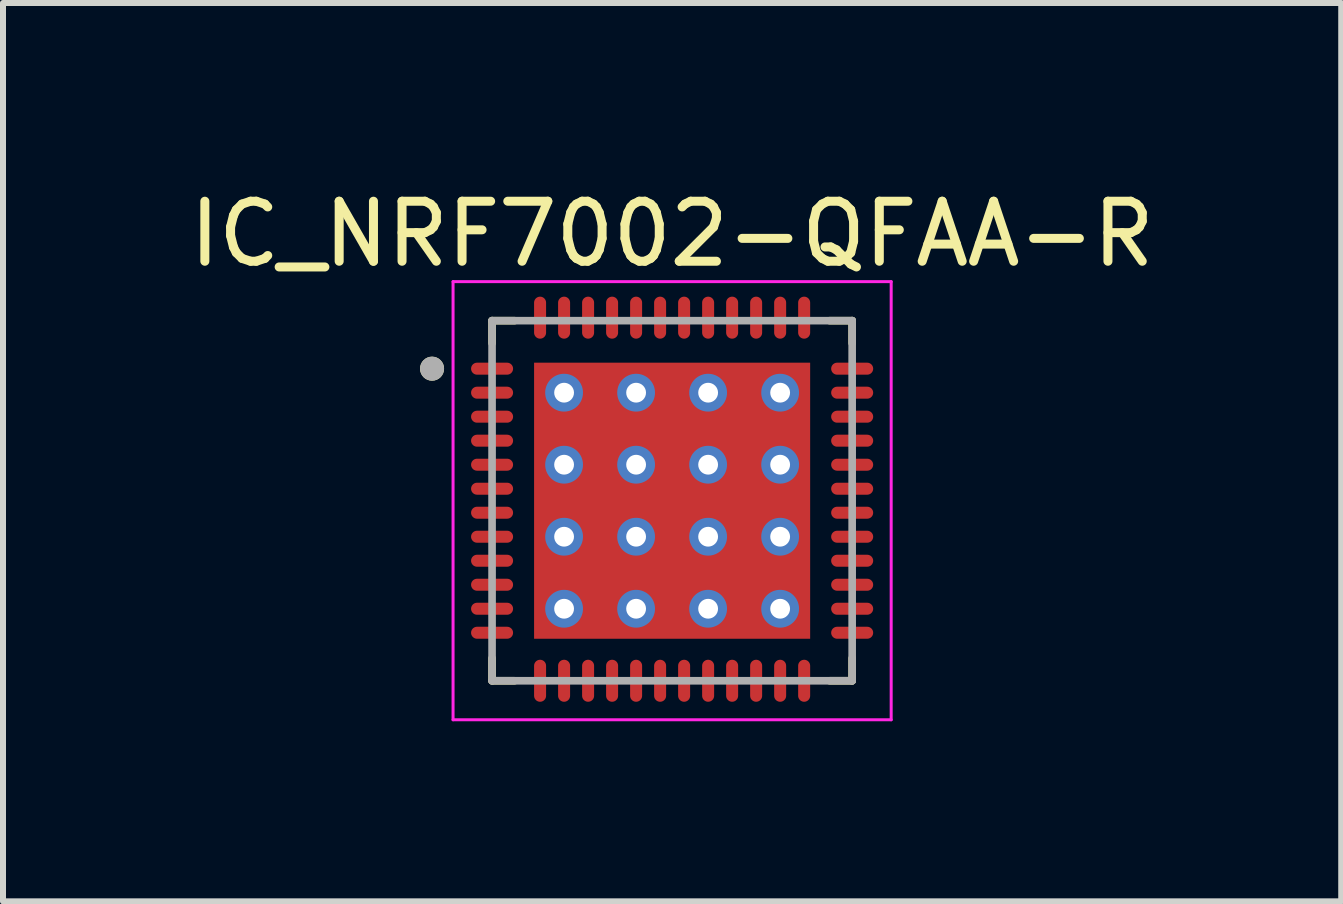
<source format=kicad_pcb>
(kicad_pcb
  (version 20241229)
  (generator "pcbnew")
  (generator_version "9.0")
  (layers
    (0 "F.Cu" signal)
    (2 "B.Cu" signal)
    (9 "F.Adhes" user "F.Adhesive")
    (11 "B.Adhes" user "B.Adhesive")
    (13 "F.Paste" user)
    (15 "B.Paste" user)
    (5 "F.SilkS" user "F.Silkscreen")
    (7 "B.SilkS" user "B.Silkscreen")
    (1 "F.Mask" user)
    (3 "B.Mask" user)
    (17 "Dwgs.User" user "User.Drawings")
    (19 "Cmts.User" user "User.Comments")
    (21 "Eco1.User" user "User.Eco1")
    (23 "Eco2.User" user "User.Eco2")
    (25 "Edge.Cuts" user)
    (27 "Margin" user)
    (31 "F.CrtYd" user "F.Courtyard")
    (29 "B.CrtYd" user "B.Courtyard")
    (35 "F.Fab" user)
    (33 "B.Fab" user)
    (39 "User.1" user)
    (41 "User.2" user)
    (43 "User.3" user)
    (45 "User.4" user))
  (footprint "IC_NRF7002-QFAA-R"
    (layer "F.Cu")
    (at 8.149 5.293)
    (property "Reference" "IC_NRF7002-QFAA-R" (at 0 -4.445 0) (layer "F.SilkS") (effects (font (size 1 1) (thickness 0.15))))
    (attr smd)
    (fp_line (start -3 -3) (end -3 -2.625) (stroke (width 0.127) (type solid)) (layer "F.SilkS"))
    (fp_line (start -3 -3) (end -2.625 -3) (stroke (width 0.127) (type solid)) (layer "F.SilkS"))
    (fp_line (start -3 3) (end -3 2.625) (stroke (width 0.127) (type solid)) (layer "F.SilkS"))
    (fp_line (start -3 3) (end -2.625 3) (stroke (width 0.127) (type solid)) (layer "F.SilkS"))
    (fp_line (start 3 -3) (end 2.625 -3) (stroke (width 0.127) (type solid)) (layer "F.SilkS"))
    (fp_line (start 3 -3) (end 3 -2.625) (stroke (width 0.127) (type solid)) (layer "F.SilkS"))
    (fp_line (start 3 3) (end 2.625 3) (stroke (width 0.127) (type solid)) (layer "F.SilkS"))
    (fp_line (start 3 3) (end 3 2.625) (stroke (width 0.127) (type solid)) (layer "F.SilkS"))
    (fp_circle (center -4 -2.2) (end -3.9 -2.2) (stroke (width 0.2) (type solid)) (fill no) (layer "F.SilkS"))
    (fp_poly (pts (xy -1.885 -1.885) (xy -0.425 -1.885) (xy -0.425 -0.425) (xy -1.885 -0.425)) (stroke (width 0.01) (type solid)) (fill yes) (layer "F.Paste"))
    (fp_poly (pts (xy -1.885 0.425) (xy -0.425 0.425) (xy -0.425 1.885) (xy -1.885 1.885)) (stroke (width 0.01) (type solid)) (fill yes) (layer "F.Paste"))
    (fp_poly (pts (xy 0.425 -1.885) (xy 1.885 -1.885) (xy 1.885 -0.425) (xy 0.425 -0.425)) (stroke (width 0.01) (type solid)) (fill yes) (layer "F.Paste"))
    (fp_poly (pts (xy 0.425 0.425) (xy 1.885 0.425) (xy 1.885 1.885) (xy 0.425 1.885)) (stroke (width 0.01) (type solid)) (fill yes) (layer "F.Paste"))
    (fp_line (start -3.65 -3.65) (end 3.65 -3.65) (stroke (width 0.05) (type solid)) (layer "F.CrtYd"))
    (fp_line (start -3.65 3.65) (end -3.65 -3.65) (stroke (width 0.05) (type solid)) (layer "F.CrtYd"))
    (fp_line (start 3.65 -3.65) (end 3.65 3.65) (stroke (width 0.05) (type solid)) (layer "F.CrtYd"))
    (fp_line (start 3.65 3.65) (end -3.65 3.65) (stroke (width 0.05) (type solid)) (layer "F.CrtYd"))
    (fp_line (start -3 -3) (end 3 -3) (stroke (width 0.127) (type solid)) (layer "F.Fab"))
    (fp_line (start -3 3) (end -3 -3) (stroke (width 0.127) (type solid)) (layer "F.Fab"))
    (fp_line (start 3 -3) (end 3 3) (stroke (width 0.127) (type solid)) (layer "F.Fab"))
    (fp_line (start 3 3) (end -3 3) (stroke (width 0.127) (type solid)) (layer "F.Fab"))
    (fp_circle (center -4 -2.2) (end -3.9 -2.2) (stroke (width 0.2) (type solid)) (fill no) (layer "F.Fab"))
    (pad "1" smd oval (at -3 -2.2) (size 0.7 0.2) (layers "F.Cu" "F.Mask" "F.Paste"))
    (pad "2" smd oval (at -3 -1.8) (size 0.7 0.2) (layers "F.Cu" "F.Mask" "F.Paste"))
    (pad "3" smd oval (at -3 -1.4) (size 0.7 0.2) (layers "F.Cu" "F.Mask" "F.Paste"))
    (pad "4" smd oval (at -3 -1) (size 0.7 0.2) (layers "F.Cu" "F.Mask" "F.Paste"))
    (pad "5" smd oval (at -3 -0.6) (size 0.7 0.2) (layers "F.Cu" "F.Mask" "F.Paste"))
    (pad "6" smd oval (at -3 -0.2) (size 0.7 0.2) (layers "F.Cu" "F.Mask" "F.Paste"))
    (pad "7" smd oval (at -3 0.2) (size 0.7 0.2) (layers "F.Cu" "F.Mask" "F.Paste"))
    (pad "8" smd oval (at -3 0.6) (size 0.7 0.2) (layers "F.Cu" "F.Mask" "F.Paste"))
    (pad "9" smd oval (at -3 1) (size 0.7 0.2) (layers "F.Cu" "F.Mask" "F.Paste"))
    (pad "10" smd oval (at -3 1.4) (size 0.7 0.2) (layers "F.Cu" "F.Mask" "F.Paste"))
    (pad "11" smd oval (at -3 1.8) (size 0.7 0.2) (layers "F.Cu" "F.Mask" "F.Paste"))
    (pad "12" smd oval (at -3 2.2) (size 0.7 0.2) (layers "F.Cu" "F.Mask" "F.Paste"))
    (pad "13" smd oval (at -2.2 3) (size 0.2 0.7) (layers "F.Cu" "F.Mask" "F.Paste"))
    (pad "14" smd oval (at -1.8 3) (size 0.2 0.7) (layers "F.Cu" "F.Mask" "F.Paste"))
    (pad "15" smd oval (at -1.4 3) (size 0.2 0.7) (layers "F.Cu" "F.Mask" "F.Paste"))
    (pad "16" smd oval (at -1 3) (size 0.2 0.7) (layers "F.Cu" "F.Mask" "F.Paste"))
    (pad "17" smd oval (at -0.6 3) (size 0.2 0.7) (layers "F.Cu" "F.Mask" "F.Paste"))
    (pad "18" smd oval (at -0.2 3) (size 0.2 0.7) (layers "F.Cu" "F.Mask" "F.Paste"))
    (pad "19" smd oval (at 0.2 3) (size 0.2 0.7) (layers "F.Cu" "F.Mask" "F.Paste"))
    (pad "20" smd oval (at 0.6 3) (size 0.2 0.7) (layers "F.Cu" "F.Mask" "F.Paste"))
    (pad "21" smd oval (at 1 3) (size 0.2 0.7) (layers "F.Cu" "F.Mask" "F.Paste"))
    (pad "22" smd oval (at 1.4 3) (size 0.2 0.7) (layers "F.Cu" "F.Mask" "F.Paste"))
    (pad "23" smd oval (at 1.8 3) (size 0.2 0.7) (layers "F.Cu" "F.Mask" "F.Paste"))
    (pad "24" smd oval (at 2.2 3) (size 0.2 0.7) (layers "F.Cu" "F.Mask" "F.Paste"))
    (pad "25" smd oval (at 3 2.2) (size 0.7 0.2) (layers "F.Cu" "F.Mask" "F.Paste"))
    (pad "26" smd oval (at 3 1.8) (size 0.7 0.2) (layers "F.Cu" "F.Mask" "F.Paste"))
    (pad "27" smd oval (at 3 1.4) (size 0.7 0.2) (layers "F.Cu" "F.Mask" "F.Paste"))
    (pad "28" smd oval (at 3 1) (size 0.7 0.2) (layers "F.Cu" "F.Mask" "F.Paste"))
    (pad "29" smd oval (at 3 0.6) (size 0.7 0.2) (layers "F.Cu" "F.Mask" "F.Paste"))
    (pad "30" smd oval (at 3 0.2) (size 0.7 0.2) (layers "F.Cu" "F.Mask" "F.Paste"))
    (pad "31" smd oval (at 3 -0.2) (size 0.7 0.2) (layers "F.Cu" "F.Mask" "F.Paste"))
    (pad "32" smd oval (at 3 -0.6) (size 0.7 0.2) (layers "F.Cu" "F.Mask" "F.Paste"))
    (pad "33" smd oval (at 3 -1) (size 0.7 0.2) (layers "F.Cu" "F.Mask" "F.Paste"))
    (pad "34" smd oval (at 3 -1.4) (size 0.7 0.2) (layers "F.Cu" "F.Mask" "F.Paste"))
    (pad "35" smd oval (at 3 -1.8) (size 0.7 0.2) (layers "F.Cu" "F.Mask" "F.Paste"))
    (pad "36" smd oval (at 3 -2.2) (size 0.7 0.2) (layers "F.Cu" "F.Mask" "F.Paste"))
    (pad "37" smd oval (at 2.2 -3.05) (size 0.2 0.7) (layers "F.Cu" "F.Mask" "F.Paste"))
    (pad "38" smd oval (at 1.8 -3.05) (size 0.2 0.7) (layers "F.Cu" "F.Mask" "F.Paste"))
    (pad "39" smd oval (at 1.4 -3.05) (size 0.2 0.7) (layers "F.Cu" "F.Mask" "F.Paste"))
    (pad "40" smd oval (at 1 -3.05) (size 0.2 0.7) (layers "F.Cu" "F.Mask" "F.Paste"))
    (pad "41" smd oval (at 0.6 -3.05) (size 0.2 0.7) (layers "F.Cu" "F.Mask" "F.Paste"))
    (pad "42" smd oval (at 0.2 -3.05) (size 0.2 0.7) (layers "F.Cu" "F.Mask" "F.Paste"))
    (pad "43" smd oval (at -0.2 -3.05) (size 0.2 0.7) (layers "F.Cu" "F.Mask" "F.Paste"))
    (pad "44" smd oval (at -0.6 -3.05) (size 0.2 0.7) (layers "F.Cu" "F.Mask" "F.Paste"))
    (pad "45" smd oval (at -1 -3.05) (size 0.2 0.7) (layers "F.Cu" "F.Mask" "F.Paste"))
    (pad "46" smd oval (at -1.4 -3.05) (size 0.2 0.7) (layers "F.Cu" "F.Mask" "F.Paste"))
    (pad "47" smd oval (at -1.8 -3.05) (size 0.2 0.7) (layers "F.Cu" "F.Mask" "F.Paste"))
    (pad "48" smd oval (at -2.2 -3.05) (size 0.2 0.7) (layers "F.Cu" "F.Mask" "F.Paste"))
    (pad "49" smd rect (at 0 0) (size 4.6 4.6) (layers "F.Cu" "F.Mask"))
    (pad "50" thru_hole circle (at -1.8 -1.8) (size 0.63 0.63) (drill 0.33) (layers "*.Cu"))
    (pad "51" thru_hole circle (at -0.6 -1.8) (size 0.63 0.63) (drill 0.33) (layers "*.Cu"))
    (pad "52" thru_hole circle (at 0.6 -1.8) (size 0.63 0.63) (drill 0.33) (layers "*.Cu"))
    (pad "53" thru_hole circle (at 1.8 -1.8) (size 0.63 0.63) (drill 0.33) (layers "*.Cu"))
    (pad "54" thru_hole circle (at -1.8 -0.6) (size 0.63 0.63) (drill 0.33) (layers "*.Cu"))
    (pad "55" thru_hole circle (at -0.6 -0.6) (size 0.63 0.63) (drill 0.33) (layers "*.Cu"))
    (pad "56" thru_hole circle (at 0.6 -0.6) (size 0.63 0.63) (drill 0.33) (layers "*.Cu"))
    (pad "57" thru_hole circle (at 1.8 -0.6) (size 0.63 0.63) (drill 0.33) (layers "*.Cu"))
    (pad "58" thru_hole circle (at -1.8 0.6) (size 0.63 0.63) (drill 0.33) (layers "*.Cu"))
    (pad "59" thru_hole circle (at -0.6 0.6) (size 0.63 0.63) (drill 0.33) (layers "*.Cu"))
    (pad "60" thru_hole circle (at 0.6 0.6) (size 0.63 0.63) (drill 0.33) (layers "*.Cu"))
    (pad "61" thru_hole circle (at 1.8 0.6) (size 0.63 0.63) (drill 0.33) (layers "*.Cu"))
    (pad "62" thru_hole circle (at -1.8 1.8) (size 0.63 0.63) (drill 0.33) (layers "*.Cu"))
    (pad "63" thru_hole circle (at -0.6 1.8) (size 0.63 0.63) (drill 0.33) (layers "*.Cu"))
    (pad "64" thru_hole circle (at 0.6 1.8) (size 0.63 0.63) (drill 0.33) (layers "*.Cu"))
    (pad "65" thru_hole circle (at 1.8 1.8) (size 0.63 0.63) (drill 0.33) (layers "*.Cu")))
  (gr_rect
    (start -3 -3)
    (end 19.298 11.968)
    (stroke (width 0.1) (type default))
    (fill no)
    (layer "Edge.Cuts")))
</source>
